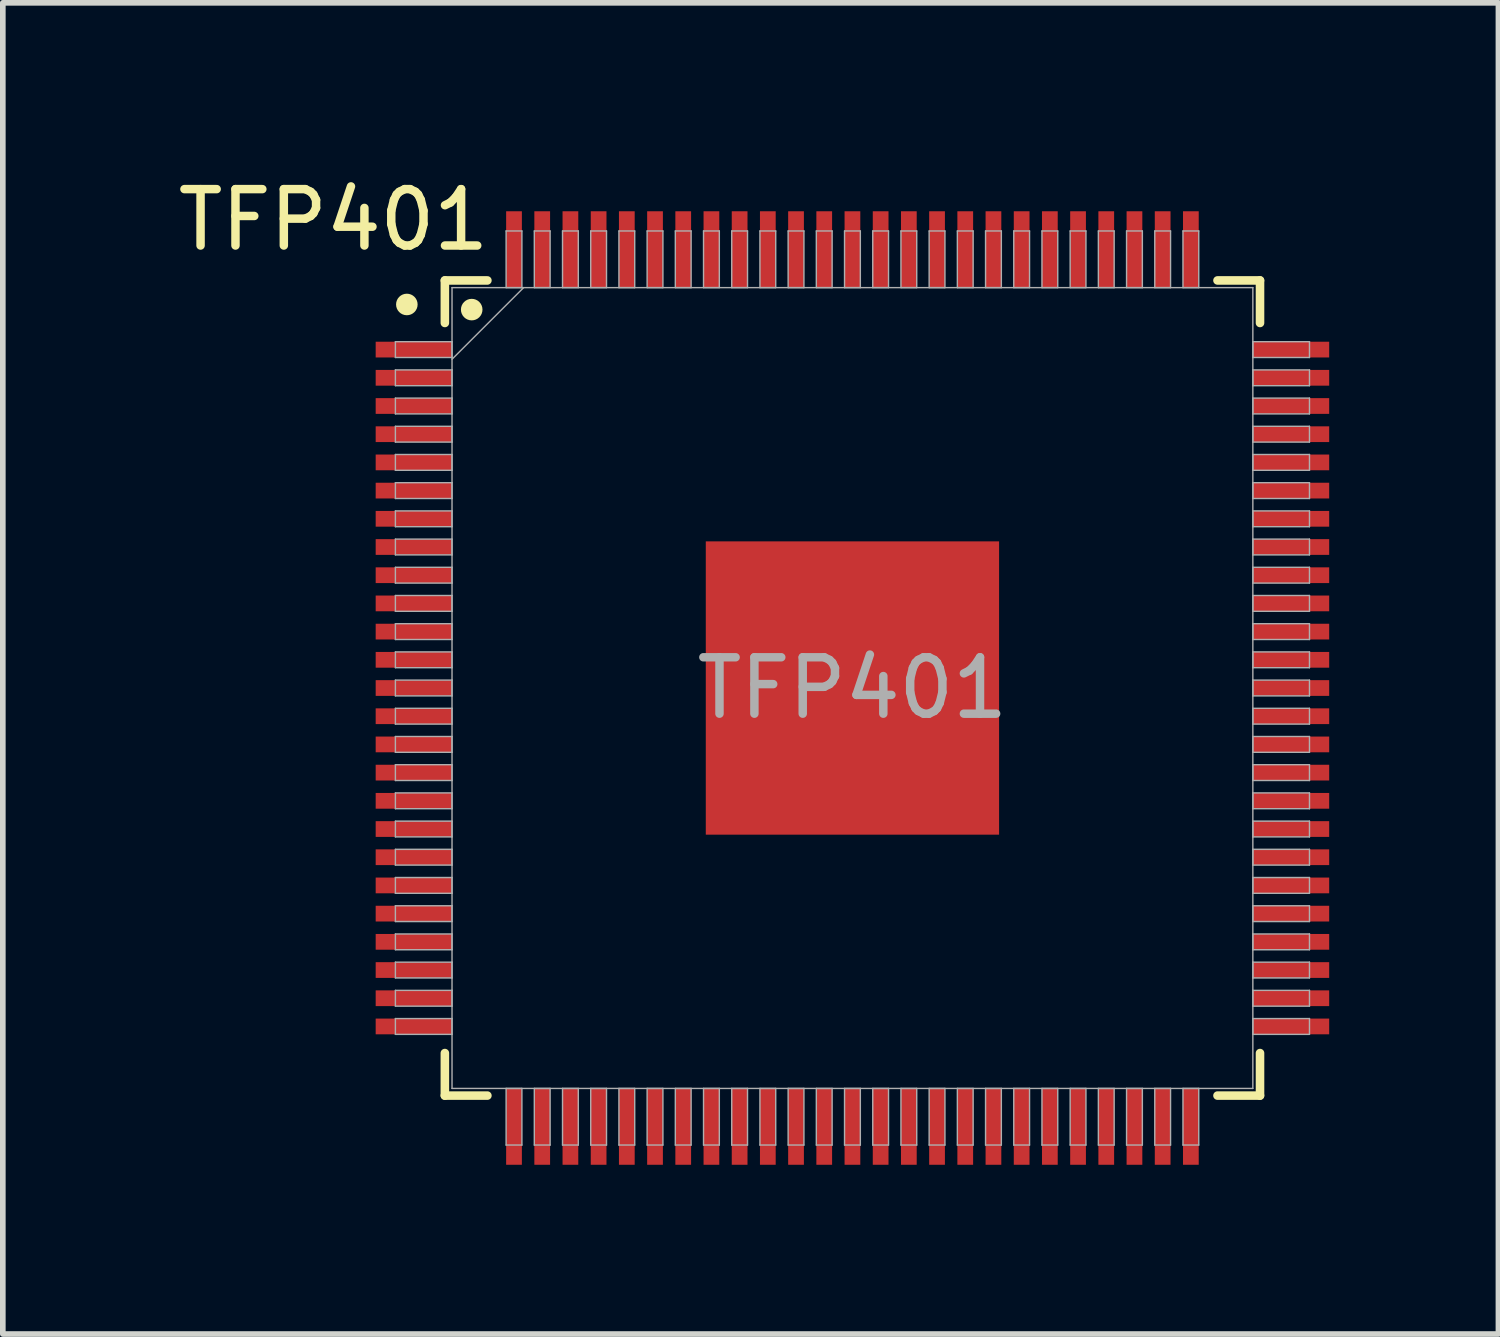
<source format=kicad_pcb>
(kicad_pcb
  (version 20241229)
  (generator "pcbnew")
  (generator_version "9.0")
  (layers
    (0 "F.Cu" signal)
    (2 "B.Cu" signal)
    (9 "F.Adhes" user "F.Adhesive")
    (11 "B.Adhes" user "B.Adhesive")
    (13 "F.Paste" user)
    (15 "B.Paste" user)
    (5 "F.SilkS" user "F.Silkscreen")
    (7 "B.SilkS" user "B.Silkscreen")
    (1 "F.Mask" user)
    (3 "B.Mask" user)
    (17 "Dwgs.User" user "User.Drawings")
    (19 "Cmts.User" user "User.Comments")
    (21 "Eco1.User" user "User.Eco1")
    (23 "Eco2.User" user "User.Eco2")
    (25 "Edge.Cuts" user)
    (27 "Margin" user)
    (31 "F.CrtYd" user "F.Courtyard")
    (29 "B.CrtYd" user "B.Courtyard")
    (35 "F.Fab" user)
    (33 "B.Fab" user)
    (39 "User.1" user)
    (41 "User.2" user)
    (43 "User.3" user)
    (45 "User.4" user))
  (footprint "TFP401"
    (layer "F.Cu")
    (at 12.063 9.148)
    (property "Reference" "TFP401" (at -9.2 -8.3 0) (unlocked yes) (layer "F.SilkS") (effects (font (size 1 1) (thickness 0.15))))
    (attr smd)
    (fp_poly (pts (xy -2.663 -2.663) (xy -2.168 -2.663) (xy -2.168 2.663) (xy -2.663 2.663)) (stroke (width 0) (type solid)) (fill yes) (layer "F.Mask"))
    (fp_poly (pts (xy -2.663 -2.663) (xy 2.663 -2.663) (xy 2.663 -2.168) (xy -2.663 -2.168)) (stroke (width 0) (type solid)) (fill yes) (layer "F.Mask"))
    (fp_poly (pts (xy -2.663 -1.768) (xy 2.663 -1.768) (xy 2.663 -1.381) (xy -2.663 -1.381)) (stroke (width 0) (type solid)) (fill yes) (layer "F.Mask"))
    (fp_poly (pts (xy -2.663 -0.981) (xy 2.663 -0.981) (xy 2.663 -0.594) (xy -2.663 -0.594)) (stroke (width 0) (type solid)) (fill yes) (layer "F.Mask"))
    (fp_poly (pts (xy -2.663 -0.194) (xy 2.663 -0.194) (xy 2.663 0.194) (xy -2.663 0.194)) (stroke (width 0) (type solid)) (fill yes) (layer "F.Mask"))
    (fp_poly (pts (xy -2.663 0.594) (xy 2.663 0.594) (xy 2.663 0.981) (xy -2.663 0.981)) (stroke (width 0) (type solid)) (fill yes) (layer "F.Mask"))
    (fp_poly (pts (xy -2.663 1.381) (xy 2.663 1.381) (xy 2.663 1.768) (xy -2.663 1.768)) (stroke (width 0) (type solid)) (fill yes) (layer "F.Mask"))
    (fp_poly (pts (xy -2.663 2.168) (xy 2.663 2.168) (xy 2.663 2.663) (xy -2.663 2.663)) (stroke (width 0) (type solid)) (fill yes) (layer "F.Mask"))
    (fp_poly (pts (xy -1.381 -2.663) (xy -1.768 -2.663) (xy -1.768 2.663) (xy -1.381 2.663)) (stroke (width 0) (type solid)) (fill yes) (layer "F.Mask"))
    (fp_poly (pts (xy -0.594 -2.663) (xy -0.981 -2.663) (xy -0.981 2.663) (xy -0.594 2.663)) (stroke (width 0) (type solid)) (fill yes) (layer "F.Mask"))
    (fp_poly (pts (xy 0.194 -2.663) (xy -0.194 -2.663) (xy -0.194 2.663) (xy 0.194 2.663)) (stroke (width 0) (type solid)) (fill yes) (layer "F.Mask"))
    (fp_poly (pts (xy 0.981 -2.663) (xy 0.594 -2.663) (xy 0.594 2.663) (xy 0.981 2.663)) (stroke (width 0) (type solid)) (fill yes) (layer "F.Mask"))
    (fp_poly (pts (xy 1.768 -2.663) (xy 1.381 -2.663) (xy 1.381 2.663) (xy 1.768 2.663)) (stroke (width 0) (type solid)) (fill yes) (layer "F.Mask"))
    (fp_poly (pts (xy 2.168 -2.663) (xy 2.663 -2.663) (xy 2.663 2.663) (xy 2.168 2.663)) (stroke (width 0) (type solid)) (fill yes) (layer "F.Mask"))
    (fp_line (start -7.226 -7.226) (end -7.226 -6.472) (stroke (width 0.152) (type solid)) (layer "F.SilkS"))
    (fp_line (start -7.226 6.472) (end -7.226 7.226) (stroke (width 0.152) (type solid)) (layer "F.SilkS"))
    (fp_line (start -7.226 7.226) (end -6.472 7.226) (stroke (width 0.152) (type solid)) (layer "F.SilkS"))
    (fp_line (start -6.472 -7.226) (end -7.226 -7.226) (stroke (width 0.152) (type solid)) (layer "F.SilkS"))
    (fp_line (start 6.472 7.226) (end 7.226 7.226) (stroke (width 0.152) (type solid)) (layer "F.SilkS"))
    (fp_line (start 7.226 -7.226) (end 6.472 -7.226) (stroke (width 0.152) (type solid)) (layer "F.SilkS"))
    (fp_line (start 7.226 -6.472) (end 7.226 -7.226) (stroke (width 0.152) (type solid)) (layer "F.SilkS"))
    (fp_line (start 7.226 7.226) (end 7.226 6.472) (stroke (width 0.152) (type solid)) (layer "F.SilkS"))
    (fp_circle (center -7.9 -6.8) (end -7.759 -6.8) (stroke (width 0.1) (type solid)) (fill yes) (layer "F.SilkS"))
    (fp_circle (center -6.75 -6.709) (end -6.609 -6.709) (stroke (width 0.1) (type solid)) (fill yes) (layer "F.SilkS"))
    (fp_poly (pts (xy -2.525 -2.525) (xy -2.525 -2.068) (xy -2.21 -2.068) (xy -2.068 -2.21) (xy -2.068 -2.525)) (stroke (width 0) (type solid)) (fill yes) (layer "F.Paste"))
    (fp_poly (pts (xy -2.525 2.068) (xy -2.525 2.525) (xy -2.068 2.525) (xy -2.068 2.21) (xy -2.21 2.068)) (stroke (width 0) (type solid)) (fill yes) (layer "F.Paste"))
    (fp_poly (pts (xy 2.068 -2.525) (xy 2.068 -2.21) (xy 2.21 -2.068) (xy 2.525 -2.068) (xy 2.525 -2.525)) (stroke (width 0) (type solid)) (fill yes) (layer "F.Paste"))
    (fp_poly (pts (xy 2.21 2.068) (xy 2.068 2.21) (xy 2.068 2.525) (xy 2.525 2.525) (xy 2.525 2.068)) (stroke (width 0) (type solid)) (fill yes) (layer "F.Paste"))
    (fp_poly (pts (xy -2.525 -1.869) (xy -2.525 -1.281) (xy -2.21 -1.281) (xy -2.068 -1.423) (xy -2.068 -1.727) (xy -2.21 -1.869)) (stroke (width 0) (type solid)) (fill yes) (layer "F.Paste"))
    (fp_poly (pts (xy -2.525 -1.081) (xy -2.525 -0.494) (xy -2.21 -0.494) (xy -2.068 -0.635) (xy -2.068 -0.94) (xy -2.21 -1.081)) (stroke (width 0) (type solid)) (fill yes) (layer "F.Paste"))
    (fp_poly (pts (xy -2.525 -0.294) (xy -2.525 0.294) (xy -2.21 0.294) (xy -2.068 0.152) (xy -2.068 -0.152) (xy -2.21 -0.294)) (stroke (width 0) (type solid)) (fill yes) (layer "F.Paste"))
    (fp_poly (pts (xy -2.525 0.494) (xy -2.525 1.081) (xy -2.21 1.081) (xy -2.068 0.94) (xy -2.068 0.635) (xy -2.21 0.494)) (stroke (width 0) (type solid)) (fill yes) (layer "F.Paste"))
    (fp_poly (pts (xy -2.525 1.281) (xy -2.525 1.869) (xy -2.21 1.869) (xy -2.068 1.727) (xy -2.068 1.423) (xy -2.21 1.281)) (stroke (width 0) (type solid)) (fill yes) (layer "F.Paste"))
    (fp_poly (pts (xy -1.869 -2.525) (xy -1.869 -2.21) (xy -1.727 -2.068) (xy -1.423 -2.068) (xy -1.281 -2.21) (xy -1.281 -2.525)) (stroke (width 0) (type solid)) (fill yes) (layer "F.Paste"))
    (fp_poly (pts (xy -1.727 2.068) (xy -1.869 2.21) (xy -1.869 2.525) (xy -1.281 2.525) (xy -1.281 2.21) (xy -1.423 2.068)) (stroke (width 0) (type solid)) (fill yes) (layer "F.Paste"))
    (fp_poly (pts (xy -1.081 -2.525) (xy -1.081 -2.21) (xy -0.94 -2.068) (xy -0.635 -2.068) (xy -0.494 -2.21) (xy -0.494 -2.525)) (stroke (width 0) (type solid)) (fill yes) (layer "F.Paste"))
    (fp_poly (pts (xy -0.94 2.068) (xy -1.081 2.21) (xy -1.081 2.525) (xy -0.494 2.525) (xy -0.494 2.21) (xy -0.635 2.068)) (stroke (width 0) (type solid)) (fill yes) (layer "F.Paste"))
    (fp_poly (pts (xy -0.294 -2.525) (xy -0.294 -2.21) (xy -0.152 -2.068) (xy 0.152 -2.068) (xy 0.294 -2.21) (xy 0.294 -2.525)) (stroke (width 0) (type solid)) (fill yes) (layer "F.Paste"))
    (fp_poly (pts (xy -0.152 2.068) (xy -0.294 2.21) (xy -0.294 2.525) (xy 0.294 2.525) (xy 0.294 2.21) (xy 0.152 2.068)) (stroke (width 0) (type solid)) (fill yes) (layer "F.Paste"))
    (fp_poly (pts (xy 0.494 -2.525) (xy 0.494 -2.21) (xy 0.635 -2.068) (xy 0.94 -2.068) (xy 1.081 -2.21) (xy 1.081 -2.525)) (stroke (width 0) (type solid)) (fill yes) (layer "F.Paste"))
    (fp_poly (pts (xy 0.635 2.068) (xy 0.494 2.21) (xy 0.494 2.525) (xy 1.081 2.525) (xy 1.081 2.21) (xy 0.94 2.068)) (stroke (width 0) (type solid)) (fill yes) (layer "F.Paste"))
    (fp_poly (pts (xy 1.281 -2.525) (xy 1.281 -2.21) (xy 1.423 -2.068) (xy 1.727 -2.068) (xy 1.869 -2.21) (xy 1.869 -2.525)) (stroke (width 0) (type solid)) (fill yes) (layer "F.Paste"))
    (fp_poly (pts (xy 1.423 2.068) (xy 1.281 2.21) (xy 1.281 2.525) (xy 1.869 2.525) (xy 1.869 2.21) (xy 1.727 2.068)) (stroke (width 0) (type solid)) (fill yes) (layer "F.Paste"))
    (fp_poly (pts (xy 2.21 -1.869) (xy 2.068 -1.727) (xy 2.068 -1.423) (xy 2.21 -1.281) (xy 2.525 -1.281) (xy 2.525 -1.869)) (stroke (width 0) (type solid)) (fill yes) (layer "F.Paste"))
    (fp_poly (pts (xy 2.21 -1.081) (xy 2.068 -0.94) (xy 2.068 -0.635) (xy 2.21 -0.494) (xy 2.525 -0.494) (xy 2.525 -1.081)) (stroke (width 0) (type solid)) (fill yes) (layer "F.Paste"))
    (fp_poly (pts (xy 2.21 -0.294) (xy 2.068 -0.152) (xy 2.068 0.152) (xy 2.21 0.294) (xy 2.525 0.294) (xy 2.525 -0.294)) (stroke (width 0) (type solid)) (fill yes) (layer "F.Paste"))
    (fp_poly (pts (xy 2.21 0.494) (xy 2.068 0.635) (xy 2.068 0.94) (xy 2.21 1.081) (xy 2.525 1.081) (xy 2.525 0.494)) (stroke (width 0) (type solid)) (fill yes) (layer "F.Paste"))
    (fp_poly (pts (xy 2.21 1.281) (xy 2.068 1.423) (xy 2.068 1.727) (xy 2.21 1.869) (xy 2.525 1.869) (xy 2.525 1.281)) (stroke (width 0) (type solid)) (fill yes) (layer "F.Paste"))
    (fp_poly (pts (xy -1.727 -1.869) (xy -1.869 -1.727) (xy -1.869 -1.423) (xy -1.727 -1.281) (xy -1.423 -1.281) (xy -1.281 -1.423) (xy -1.281 -1.727) (xy -1.423 -1.869)) (stroke (width 0) (type solid)) (fill yes) (layer "F.Paste"))
    (fp_poly (pts (xy -1.727 -1.081) (xy -1.869 -0.94) (xy -1.869 -0.635) (xy -1.727 -0.494) (xy -1.423 -0.494) (xy -1.281 -0.635) (xy -1.281 -0.94) (xy -1.423 -1.081)) (stroke (width 0) (type solid)) (fill yes) (layer "F.Paste"))
    (fp_poly (pts (xy -1.727 -0.294) (xy -1.869 -0.152) (xy -1.869 0.152) (xy -1.727 0.294) (xy -1.423 0.294) (xy -1.281 0.152) (xy -1.281 -0.152) (xy -1.423 -0.294)) (stroke (width 0) (type solid)) (fill yes) (layer "F.Paste"))
    (fp_poly (pts (xy -1.727 0.494) (xy -1.869 0.635) (xy -1.869 0.94) (xy -1.727 1.081) (xy -1.423 1.081) (xy -1.281 0.94) (xy -1.281 0.635) (xy -1.423 0.494)) (stroke (width 0) (type solid)) (fill yes) (layer "F.Paste"))
    (fp_poly (pts (xy -1.727 1.281) (xy -1.869 1.423) (xy -1.869 1.727) (xy -1.727 1.869) (xy -1.423 1.869) (xy -1.281 1.727) (xy -1.281 1.423) (xy -1.423 1.281)) (stroke (width 0) (type solid)) (fill yes) (layer "F.Paste"))
    (fp_poly (pts (xy -0.94 -1.869) (xy -1.081 -1.727) (xy -1.081 -1.423) (xy -0.94 -1.281) (xy -0.635 -1.281) (xy -0.494 -1.423) (xy -0.494 -1.727) (xy -0.635 -1.869)) (stroke (width 0) (type solid)) (fill yes) (layer "F.Paste"))
    (fp_poly (pts (xy -0.94 -1.081) (xy -1.081 -0.94) (xy -1.081 -0.635) (xy -0.94 -0.494) (xy -0.635 -0.494) (xy -0.494 -0.635) (xy -0.494 -0.94) (xy -0.635 -1.081)) (stroke (width 0) (type solid)) (fill yes) (layer "F.Paste"))
    (fp_poly (pts (xy -0.94 -0.294) (xy -1.081 -0.152) (xy -1.081 0.152) (xy -0.94 0.294) (xy -0.635 0.294) (xy -0.494 0.152) (xy -0.494 -0.152) (xy -0.635 -0.294)) (stroke (width 0) (type solid)) (fill yes) (layer "F.Paste"))
    (fp_poly (pts (xy -0.94 0.494) (xy -1.081 0.635) (xy -1.081 0.94) (xy -0.94 1.081) (xy -0.635 1.081) (xy -0.494 0.94) (xy -0.494 0.635) (xy -0.635 0.494)) (stroke (width 0) (type solid)) (fill yes) (layer "F.Paste"))
    (fp_poly (pts (xy -0.94 1.281) (xy -1.081 1.423) (xy -1.081 1.727) (xy -0.94 1.869) (xy -0.635 1.869) (xy -0.494 1.727) (xy -0.494 1.423) (xy -0.635 1.281)) (stroke (width 0) (type solid)) (fill yes) (layer "F.Paste"))
    (fp_poly (pts (xy -0.152 -1.869) (xy -0.294 -1.727) (xy -0.294 -1.423) (xy -0.152 -1.281) (xy 0.152 -1.281) (xy 0.294 -1.423) (xy 0.294 -1.727) (xy 0.152 -1.869)) (stroke (width 0) (type solid)) (fill yes) (layer "F.Paste"))
    (fp_poly (pts (xy -0.152 -1.081) (xy -0.294 -0.94) (xy -0.294 -0.635) (xy -0.152 -0.494) (xy 0.152 -0.494) (xy 0.294 -0.635) (xy 0.294 -0.94) (xy 0.152 -1.081)) (stroke (width 0) (type solid)) (fill yes) (layer "F.Paste"))
    (fp_poly (pts (xy -0.152 -0.294) (xy -0.294 -0.152) (xy -0.294 0.152) (xy -0.152 0.294) (xy 0.152 0.294) (xy 0.294 0.152) (xy 0.294 -0.152) (xy 0.152 -0.294)) (stroke (width 0) (type solid)) (fill yes) (layer "F.Paste"))
    (fp_poly (pts (xy -0.152 0.494) (xy -0.294 0.635) (xy -0.294 0.94) (xy -0.152 1.081) (xy 0.152 1.081) (xy 0.294 0.94) (xy 0.294 0.635) (xy 0.152 0.494)) (stroke (width 0) (type solid)) (fill yes) (layer "F.Paste"))
    (fp_poly (pts (xy -0.152 1.281) (xy -0.294 1.423) (xy -0.294 1.727) (xy -0.152 1.869) (xy 0.152 1.869) (xy 0.294 1.727) (xy 0.294 1.423) (xy 0.152 1.281)) (stroke (width 0) (type solid)) (fill yes) (layer "F.Paste"))
    (fp_poly (pts (xy 0.635 -1.869) (xy 0.494 -1.727) (xy 0.494 -1.423) (xy 0.635 -1.281) (xy 0.94 -1.281) (xy 1.081 -1.423) (xy 1.081 -1.727) (xy 0.94 -1.869)) (stroke (width 0) (type solid)) (fill yes) (layer "F.Paste"))
    (fp_poly (pts (xy 0.635 -1.081) (xy 0.494 -0.94) (xy 0.494 -0.635) (xy 0.635 -0.494) (xy 0.94 -0.494) (xy 1.081 -0.635) (xy 1.081 -0.94) (xy 0.94 -1.081)) (stroke (width 0) (type solid)) (fill yes) (layer "F.Paste"))
    (fp_poly (pts (xy 0.635 -0.294) (xy 0.494 -0.152) (xy 0.494 0.152) (xy 0.635 0.294) (xy 0.94 0.294) (xy 1.081 0.152) (xy 1.081 -0.152) (xy 0.94 -0.294)) (stroke (width 0) (type solid)) (fill yes) (layer "F.Paste"))
    (fp_poly (pts (xy 0.635 0.494) (xy 0.494 0.635) (xy 0.494 0.94) (xy 0.635 1.081) (xy 0.94 1.081) (xy 1.081 0.94) (xy 1.081 0.635) (xy 0.94 0.494)) (stroke (width 0) (type solid)) (fill yes) (layer "F.Paste"))
    (fp_poly (pts (xy 0.635 1.281) (xy 0.494 1.423) (xy 0.494 1.727) (xy 0.635 1.869) (xy 0.94 1.869) (xy 1.081 1.727) (xy 1.081 1.423) (xy 0.94 1.281)) (stroke (width 0) (type solid)) (fill yes) (layer "F.Paste"))
    (fp_poly (pts (xy 1.423 -1.869) (xy 1.281 -1.727) (xy 1.281 -1.423) (xy 1.423 -1.281) (xy 1.727 -1.281) (xy 1.869 -1.423) (xy 1.869 -1.727) (xy 1.727 -1.869)) (stroke (width 0) (type solid)) (fill yes) (layer "F.Paste"))
    (fp_poly (pts (xy 1.423 -1.081) (xy 1.281 -0.94) (xy 1.281 -0.635) (xy 1.423 -0.494) (xy 1.727 -0.494) (xy 1.869 -0.635) (xy 1.869 -0.94) (xy 1.727 -1.081)) (stroke (width 0) (type solid)) (fill yes) (layer "F.Paste"))
    (fp_poly (pts (xy 1.423 -0.294) (xy 1.281 -0.152) (xy 1.281 0.152) (xy 1.423 0.294) (xy 1.727 0.294) (xy 1.869 0.152) (xy 1.869 -0.152) (xy 1.727 -0.294)) (stroke (width 0) (type solid)) (fill yes) (layer "F.Paste"))
    (fp_poly (pts (xy 1.423 0.494) (xy 1.281 0.635) (xy 1.281 0.94) (xy 1.423 1.081) (xy 1.727 1.081) (xy 1.869 0.94) (xy 1.869 0.635) (xy 1.727 0.494)) (stroke (width 0) (type solid)) (fill yes) (layer "F.Paste"))
    (fp_poly (pts (xy 1.423 1.281) (xy 1.281 1.423) (xy 1.281 1.727) (xy 1.423 1.869) (xy 1.727 1.869) (xy 1.869 1.727) (xy 1.869 1.423) (xy 1.727 1.281)) (stroke (width 0) (type solid)) (fill yes) (layer "F.Paste"))
    (fp_line (start -8.103 -6.14) (end -8.103 -5.86) (stroke (width 0.025) (type solid)) (layer "F.Fab"))
    (fp_line (start -8.103 -5.86) (end -7.099 -5.86) (stroke (width 0.025) (type solid)) (layer "F.Fab"))
    (fp_line (start -8.103 -5.64) (end -8.103 -5.36) (stroke (width 0.025) (type solid)) (layer "F.Fab"))
    (fp_line (start -8.103 -5.36) (end -7.099 -5.36) (stroke (width 0.025) (type solid)) (layer "F.Fab"))
    (fp_line (start -8.103 -5.14) (end -8.103 -4.86) (stroke (width 0.025) (type solid)) (layer "F.Fab"))
    (fp_line (start -8.103 -4.86) (end -7.099 -4.86) (stroke (width 0.025) (type solid)) (layer "F.Fab"))
    (fp_line (start -8.103 -4.64) (end -8.103 -4.36) (stroke (width 0.025) (type solid)) (layer "F.Fab"))
    (fp_line (start -8.103 -4.36) (end -7.099 -4.36) (stroke (width 0.025) (type solid)) (layer "F.Fab"))
    (fp_line (start -8.103 -4.14) (end -8.103 -3.86) (stroke (width 0.025) (type solid)) (layer "F.Fab"))
    (fp_line (start -8.103 -3.86) (end -7.099 -3.86) (stroke (width 0.025) (type solid)) (layer "F.Fab"))
    (fp_line (start -8.103 -3.64) (end -8.103 -3.36) (stroke (width 0.025) (type solid)) (layer "F.Fab"))
    (fp_line (start -8.103 -3.36) (end -7.099 -3.36) (stroke (width 0.025) (type solid)) (layer "F.Fab"))
    (fp_line (start -8.103 -3.14) (end -8.103 -2.86) (stroke (width 0.025) (type solid)) (layer "F.Fab"))
    (fp_line (start -8.103 -2.86) (end -7.099 -2.86) (stroke (width 0.025) (type solid)) (layer "F.Fab"))
    (fp_line (start -8.103 -2.64) (end -8.103 -2.36) (stroke (width 0.025) (type solid)) (layer "F.Fab"))
    (fp_line (start -8.103 -2.36) (end -7.099 -2.36) (stroke (width 0.025) (type solid)) (layer "F.Fab"))
    (fp_line (start -8.103 -2.14) (end -8.103 -1.86) (stroke (width 0.025) (type solid)) (layer "F.Fab"))
    (fp_line (start -8.103 -1.86) (end -7.099 -1.86) (stroke (width 0.025) (type solid)) (layer "F.Fab"))
    (fp_line (start -8.103 -1.64) (end -8.103 -1.36) (stroke (width 0.025) (type solid)) (layer "F.Fab"))
    (fp_line (start -8.103 -1.36) (end -7.099 -1.36) (stroke (width 0.025) (type solid)) (layer "F.Fab"))
    (fp_line (start -8.103 -1.14) (end -8.103 -0.86) (stroke (width 0.025) (type solid)) (layer "F.Fab"))
    (fp_line (start -8.103 -0.86) (end -7.099 -0.86) (stroke (width 0.025) (type solid)) (layer "F.Fab"))
    (fp_line (start -8.103 -0.64) (end -8.103 -0.36) (stroke (width 0.025) (type solid)) (layer "F.Fab"))
    (fp_line (start -8.103 -0.36) (end -7.099 -0.36) (stroke (width 0.025) (type solid)) (layer "F.Fab"))
    (fp_line (start -8.103 -0.14) (end -8.103 0.14) (stroke (width 0.025) (type solid)) (layer "F.Fab"))
    (fp_line (start -8.103 0.14) (end -7.099 0.14) (stroke (width 0.025) (type solid)) (layer "F.Fab"))
    (fp_line (start -8.103 0.36) (end -8.103 0.64) (stroke (width 0.025) (type solid)) (layer "F.Fab"))
    (fp_line (start -8.103 0.64) (end -7.099 0.64) (stroke (width 0.025) (type solid)) (layer "F.Fab"))
    (fp_line (start -8.103 0.86) (end -8.103 1.14) (stroke (width 0.025) (type solid)) (layer "F.Fab"))
    (fp_line (start -8.103 1.14) (end -7.099 1.14) (stroke (width 0.025) (type solid)) (layer "F.Fab"))
    (fp_line (start -8.103 1.36) (end -8.103 1.64) (stroke (width 0.025) (type solid)) (layer "F.Fab"))
    (fp_line (start -8.103 1.64) (end -7.099 1.64) (stroke (width 0.025) (type solid)) (layer "F.Fab"))
    (fp_line (start -8.103 1.86) (end -8.103 2.14) (stroke (width 0.025) (type solid)) (layer "F.Fab"))
    (fp_line (start -8.103 2.14) (end -7.099 2.14) (stroke (width 0.025) (type solid)) (layer "F.Fab"))
    (fp_line (start -8.103 2.36) (end -8.103 2.64) (stroke (width 0.025) (type solid)) (layer "F.Fab"))
    (fp_line (start -8.103 2.64) (end -7.099 2.64) (stroke (width 0.025) (type solid)) (layer "F.Fab"))
    (fp_line (start -8.103 2.86) (end -8.103 3.14) (stroke (width 0.025) (type solid)) (layer "F.Fab"))
    (fp_line (start -8.103 3.14) (end -7.099 3.14) (stroke (width 0.025) (type solid)) (layer "F.Fab"))
    (fp_line (start -8.103 3.36) (end -8.103 3.64) (stroke (width 0.025) (type solid)) (layer "F.Fab"))
    (fp_line (start -8.103 3.64) (end -7.099 3.64) (stroke (width 0.025) (type solid)) (layer "F.Fab"))
    (fp_line (start -8.103 3.86) (end -8.103 4.14) (stroke (width 0.025) (type solid)) (layer "F.Fab"))
    (fp_line (start -8.103 4.14) (end -7.099 4.14) (stroke (width 0.025) (type solid)) (layer "F.Fab"))
    (fp_line (start -8.103 4.36) (end -8.103 4.64) (stroke (width 0.025) (type solid)) (layer "F.Fab"))
    (fp_line (start -8.103 4.64) (end -7.099 4.64) (stroke (width 0.025) (type solid)) (layer "F.Fab"))
    (fp_line (start -8.103 4.86) (end -8.103 5.14) (stroke (width 0.025) (type solid)) (layer "F.Fab"))
    (fp_line (start -8.103 5.14) (end -7.099 5.14) (stroke (width 0.025) (type solid)) (layer "F.Fab"))
    (fp_line (start -8.103 5.36) (end -8.103 5.64) (stroke (width 0.025) (type solid)) (layer "F.Fab"))
    (fp_line (start -8.103 5.64) (end -7.099 5.64) (stroke (width 0.025) (type solid)) (layer "F.Fab"))
    (fp_line (start -8.103 5.86) (end -8.103 6.14) (stroke (width 0.025) (type solid)) (layer "F.Fab"))
    (fp_line (start -8.103 6.14) (end -7.099 6.14) (stroke (width 0.025) (type solid)) (layer "F.Fab"))
    (fp_line (start -7.099 -7.099) (end -7.099 7.099) (stroke (width 0.025) (type solid)) (layer "F.Fab"))
    (fp_line (start -7.099 -6.14) (end -8.103 -6.14) (stroke (width 0.025) (type solid)) (layer "F.Fab"))
    (fp_line (start -7.099 -5.86) (end -7.099 -6.14) (stroke (width 0.025) (type solid)) (layer "F.Fab"))
    (fp_line (start -7.099 -5.829) (end -5.829 -7.099) (stroke (width 0.025) (type solid)) (layer "F.Fab"))
    (fp_line (start -7.099 -5.64) (end -8.103 -5.64) (stroke (width 0.025) (type solid)) (layer "F.Fab"))
    (fp_line (start -7.099 -5.36) (end -7.099 -5.64) (stroke (width 0.025) (type solid)) (layer "F.Fab"))
    (fp_line (start -7.099 -5.14) (end -8.103 -5.14) (stroke (width 0.025) (type solid)) (layer "F.Fab"))
    (fp_line (start -7.099 -4.86) (end -7.099 -5.14) (stroke (width 0.025) (type solid)) (layer "F.Fab"))
    (fp_line (start -7.099 -4.64) (end -8.103 -4.64) (stroke (width 0.025) (type solid)) (layer "F.Fab"))
    (fp_line (start -7.099 -4.36) (end -7.099 -4.64) (stroke (width 0.025) (type solid)) (layer "F.Fab"))
    (fp_line (start -7.099 -4.14) (end -8.103 -4.14) (stroke (width 0.025) (type solid)) (layer "F.Fab"))
    (fp_line (start -7.099 -3.86) (end -7.099 -4.14) (stroke (width 0.025) (type solid)) (layer "F.Fab"))
    (fp_line (start -7.099 -3.64) (end -8.103 -3.64) (stroke (width 0.025) (type solid)) (layer "F.Fab"))
    (fp_line (start -7.099 -3.36) (end -7.099 -3.64) (stroke (width 0.025) (type solid)) (layer "F.Fab"))
    (fp_line (start -7.099 -3.14) (end -8.103 -3.14) (stroke (width 0.025) (type solid)) (layer "F.Fab"))
    (fp_line (start -7.099 -2.86) (end -7.099 -3.14) (stroke (width 0.025) (type solid)) (layer "F.Fab"))
    (fp_line (start -7.099 -2.64) (end -8.103 -2.64) (stroke (width 0.025) (type solid)) (layer "F.Fab"))
    (fp_line (start -7.099 -2.36) (end -7.099 -2.64) (stroke (width 0.025) (type solid)) (layer "F.Fab"))
    (fp_line (start -7.099 -2.14) (end -8.103 -2.14) (stroke (width 0.025) (type solid)) (layer "F.Fab"))
    (fp_line (start -7.099 -1.86) (end -7.099 -2.14) (stroke (width 0.025) (type solid)) (layer "F.Fab"))
    (fp_line (start -7.099 -1.64) (end -8.103 -1.64) (stroke (width 0.025) (type solid)) (layer "F.Fab"))
    (fp_line (start -7.099 -1.36) (end -7.099 -1.64) (stroke (width 0.025) (type solid)) (layer "F.Fab"))
    (fp_line (start -7.099 -1.14) (end -8.103 -1.14) (stroke (width 0.025) (type solid)) (layer "F.Fab"))
    (fp_line (start -7.099 -0.86) (end -7.099 -1.14) (stroke (width 0.025) (type solid)) (layer "F.Fab"))
    (fp_line (start -7.099 -0.64) (end -8.103 -0.64) (stroke (width 0.025) (type solid)) (layer "F.Fab"))
    (fp_line (start -7.099 -0.36) (end -7.099 -0.64) (stroke (width 0.025) (type solid)) (layer "F.Fab"))
    (fp_line (start -7.099 -0.14) (end -8.103 -0.14) (stroke (width 0.025) (type solid)) (layer "F.Fab"))
    (fp_line (start -7.099 0.14) (end -7.099 -0.14) (stroke (width 0.025) (type solid)) (layer "F.Fab"))
    (fp_line (start -7.099 0.36) (end -8.103 0.36) (stroke (width 0.025) (type solid)) (layer "F.Fab"))
    (fp_line (start -7.099 0.64) (end -7.099 0.36) (stroke (width 0.025) (type solid)) (layer "F.Fab"))
    (fp_line (start -7.099 0.86) (end -8.103 0.86) (stroke (width 0.025) (type solid)) (layer "F.Fab"))
    (fp_line (start -7.099 1.14) (end -7.099 0.86) (stroke (width 0.025) (type solid)) (layer "F.Fab"))
    (fp_line (start -7.099 1.36) (end -8.103 1.36) (stroke (width 0.025) (type solid)) (layer "F.Fab"))
    (fp_line (start -7.099 1.64) (end -7.099 1.36) (stroke (width 0.025) (type solid)) (layer "F.Fab"))
    (fp_line (start -7.099 1.86) (end -8.103 1.86) (stroke (width 0.025) (type solid)) (layer "F.Fab"))
    (fp_line (start -7.099 2.14) (end -7.099 1.86) (stroke (width 0.025) (type solid)) (layer "F.Fab"))
    (fp_line (start -7.099 2.36) (end -8.103 2.36) (stroke (width 0.025) (type solid)) (layer "F.Fab"))
    (fp_line (start -7.099 2.64) (end -7.099 2.36) (stroke (width 0.025) (type solid)) (layer "F.Fab"))
    (fp_line (start -7.099 2.86) (end -8.103 2.86) (stroke (width 0.025) (type solid)) (layer "F.Fab"))
    (fp_line (start -7.099 3.14) (end -7.099 2.86) (stroke (width 0.025) (type solid)) (layer "F.Fab"))
    (fp_line (start -7.099 3.36) (end -8.103 3.36) (stroke (width 0.025) (type solid)) (layer "F.Fab"))
    (fp_line (start -7.099 3.64) (end -7.099 3.36) (stroke (width 0.025) (type solid)) (layer "F.Fab"))
    (fp_line (start -7.099 3.86) (end -8.103 3.86) (stroke (width 0.025) (type solid)) (layer "F.Fab"))
    (fp_line (start -7.099 4.14) (end -7.099 3.86) (stroke (width 0.025) (type solid)) (layer "F.Fab"))
    (fp_line (start -7.099 4.36) (end -8.103 4.36) (stroke (width 0.025) (type solid)) (layer "F.Fab"))
    (fp_line (start -7.099 4.64) (end -7.099 4.36) (stroke (width 0.025) (type solid)) (layer "F.Fab"))
    (fp_line (start -7.099 4.86) (end -8.103 4.86) (stroke (width 0.025) (type solid)) (layer "F.Fab"))
    (fp_line (start -7.099 5.14) (end -7.099 4.86) (stroke (width 0.025) (type solid)) (layer "F.Fab"))
    (fp_line (start -7.099 5.36) (end -8.103 5.36) (stroke (width 0.025) (type solid)) (layer "F.Fab"))
    (fp_line (start -7.099 5.64) (end -7.099 5.36) (stroke (width 0.025) (type solid)) (layer "F.Fab"))
    (fp_line (start -7.099 5.86) (end -8.103 5.86) (stroke (width 0.025) (type solid)) (layer "F.Fab"))
    (fp_line (start -7.099 6.14) (end -7.099 5.86) (stroke (width 0.025) (type solid)) (layer "F.Fab"))
    (fp_line (start -7.099 7.099) (end 7.099 7.099) (stroke (width 0.025) (type solid)) (layer "F.Fab"))
    (fp_line (start -6.14 -8.103) (end -6.14 -7.099) (stroke (width 0.025) (type solid)) (layer "F.Fab"))
    (fp_line (start -6.14 -7.099) (end -5.86 -7.099) (stroke (width 0.025) (type solid)) (layer "F.Fab"))
    (fp_line (start -6.14 7.099) (end -6.14 8.103) (stroke (width 0.025) (type solid)) (layer "F.Fab"))
    (fp_line (start -6.14 8.103) (end -5.86 8.103) (stroke (width 0.025) (type solid)) (layer "F.Fab"))
    (fp_line (start -5.86 -8.103) (end -6.14 -8.103) (stroke (width 0.025) (type solid)) (layer "F.Fab"))
    (fp_line (start -5.86 -7.099) (end -5.86 -8.103) (stroke (width 0.025) (type solid)) (layer "F.Fab"))
    (fp_line (start -5.86 7.099) (end -6.14 7.099) (stroke (width 0.025) (type solid)) (layer "F.Fab"))
    (fp_line (start -5.86 8.103) (end -5.86 7.099) (stroke (width 0.025) (type solid)) (layer "F.Fab"))
    (fp_line (start -5.64 -8.103) (end -5.64 -7.099) (stroke (width 0.025) (type solid)) (layer "F.Fab"))
    (fp_line (start -5.64 -7.099) (end -5.36 -7.099) (stroke (width 0.025) (type solid)) (layer "F.Fab"))
    (fp_line (start -5.64 7.099) (end -5.64 8.103) (stroke (width 0.025) (type solid)) (layer "F.Fab"))
    (fp_line (start -5.64 8.103) (end -5.36 8.103) (stroke (width 0.025) (type solid)) (layer "F.Fab"))
    (fp_line (start -5.36 -8.103) (end -5.64 -8.103) (stroke (width 0.025) (type solid)) (layer "F.Fab"))
    (fp_line (start -5.36 -7.099) (end -5.36 -8.103) (stroke (width 0.025) (type solid)) (layer "F.Fab"))
    (fp_line (start -5.36 7.099) (end -5.64 7.099) (stroke (width 0.025) (type solid)) (layer "F.Fab"))
    (fp_line (start -5.36 8.103) (end -5.36 7.099) (stroke (width 0.025) (type solid)) (layer "F.Fab"))
    (fp_line (start -5.14 -8.103) (end -5.14 -7.099) (stroke (width 0.025) (type solid)) (layer "F.Fab"))
    (fp_line (start -5.14 -7.099) (end -4.86 -7.099) (stroke (width 0.025) (type solid)) (layer "F.Fab"))
    (fp_line (start -5.14 7.099) (end -5.14 8.103) (stroke (width 0.025) (type solid)) (layer "F.Fab"))
    (fp_line (start -5.14 8.103) (end -4.86 8.103) (stroke (width 0.025) (type solid)) (layer "F.Fab"))
    (fp_line (start -4.86 -8.103) (end -5.14 -8.103) (stroke (width 0.025) (type solid)) (layer "F.Fab"))
    (fp_line (start -4.86 -7.099) (end -4.86 -8.103) (stroke (width 0.025) (type solid)) (layer "F.Fab"))
    (fp_line (start -4.86 7.099) (end -5.14 7.099) (stroke (width 0.025) (type solid)) (layer "F.Fab"))
    (fp_line (start -4.86 8.103) (end -4.86 7.099) (stroke (width 0.025) (type solid)) (layer "F.Fab"))
    (fp_line (start -4.64 -8.103) (end -4.64 -7.099) (stroke (width 0.025) (type solid)) (layer "F.Fab"))
    (fp_line (start -4.64 -7.099) (end -4.36 -7.099) (stroke (width 0.025) (type solid)) (layer "F.Fab"))
    (fp_line (start -4.64 7.099) (end -4.64 8.103) (stroke (width 0.025) (type solid)) (layer "F.Fab"))
    (fp_line (start -4.64 8.103) (end -4.36 8.103) (stroke (width 0.025) (type solid)) (layer "F.Fab"))
    (fp_line (start -4.36 -8.103) (end -4.64 -8.103) (stroke (width 0.025) (type solid)) (layer "F.Fab"))
    (fp_line (start -4.36 -7.099) (end -4.36 -8.103) (stroke (width 0.025) (type solid)) (layer "F.Fab"))
    (fp_line (start -4.36 7.099) (end -4.64 7.099) (stroke (width 0.025) (type solid)) (layer "F.Fab"))
    (fp_line (start -4.36 8.103) (end -4.36 7.099) (stroke (width 0.025) (type solid)) (layer "F.Fab"))
    (fp_line (start -4.14 -8.103) (end -4.14 -7.099) (stroke (width 0.025) (type solid)) (layer "F.Fab"))
    (fp_line (start -4.14 -7.099) (end -3.86 -7.099) (stroke (width 0.025) (type solid)) (layer "F.Fab"))
    (fp_line (start -4.14 7.099) (end -4.14 8.103) (stroke (width 0.025) (type solid)) (layer "F.Fab"))
    (fp_line (start -4.14 8.103) (end -3.86 8.103) (stroke (width 0.025) (type solid)) (layer "F.Fab"))
    (fp_line (start -3.86 -8.103) (end -4.14 -8.103) (stroke (width 0.025) (type solid)) (layer "F.Fab"))
    (fp_line (start -3.86 -7.099) (end -3.86 -8.103) (stroke (width 0.025) (type solid)) (layer "F.Fab"))
    (fp_line (start -3.86 7.099) (end -4.14 7.099) (stroke (width 0.025) (type solid)) (layer "F.Fab"))
    (fp_line (start -3.86 8.103) (end -3.86 7.099) (stroke (width 0.025) (type solid)) (layer "F.Fab"))
    (fp_line (start -3.64 -8.103) (end -3.64 -7.099) (stroke (width 0.025) (type solid)) (layer "F.Fab"))
    (fp_line (start -3.64 -7.099) (end -3.36 -7.099) (stroke (width 0.025) (type solid)) (layer "F.Fab"))
    (fp_line (start -3.64 7.099) (end -3.64 8.103) (stroke (width 0.025) (type solid)) (layer "F.Fab"))
    (fp_line (start -3.64 8.103) (end -3.36 8.103) (stroke (width 0.025) (type solid)) (layer "F.Fab"))
    (fp_line (start -3.36 -8.103) (end -3.64 -8.103) (stroke (width 0.025) (type solid)) (layer "F.Fab"))
    (fp_line (start -3.36 -7.099) (end -3.36 -8.103) (stroke (width 0.025) (type solid)) (layer "F.Fab"))
    (fp_line (start -3.36 7.099) (end -3.64 7.099) (stroke (width 0.025) (type solid)) (layer "F.Fab"))
    (fp_line (start -3.36 8.103) (end -3.36 7.099) (stroke (width 0.025) (type solid)) (layer "F.Fab"))
    (fp_line (start -3.14 -8.103) (end -3.14 -7.099) (stroke (width 0.025) (type solid)) (layer "F.Fab"))
    (fp_line (start -3.14 -7.099) (end -2.86 -7.099) (stroke (width 0.025) (type solid)) (layer "F.Fab"))
    (fp_line (start -3.14 7.099) (end -3.14 8.103) (stroke (width 0.025) (type solid)) (layer "F.Fab"))
    (fp_line (start -3.14 8.103) (end -2.86 8.103) (stroke (width 0.025) (type solid)) (layer "F.Fab"))
    (fp_line (start -2.86 -8.103) (end -3.14 -8.103) (stroke (width 0.025) (type solid)) (layer "F.Fab"))
    (fp_line (start -2.86 -7.099) (end -2.86 -8.103) (stroke (width 0.025) (type solid)) (layer "F.Fab"))
    (fp_line (start -2.86 7.099) (end -3.14 7.099) (stroke (width 0.025) (type solid)) (layer "F.Fab"))
    (fp_line (start -2.86 8.103) (end -2.86 7.099) (stroke (width 0.025) (type solid)) (layer "F.Fab"))
    (fp_line (start -2.64 -8.103) (end -2.64 -7.099) (stroke (width 0.025) (type solid)) (layer "F.Fab"))
    (fp_line (start -2.64 -7.099) (end -2.36 -7.099) (stroke (width 0.025) (type solid)) (layer "F.Fab"))
    (fp_line (start -2.64 7.099) (end -2.64 8.103) (stroke (width 0.025) (type solid)) (layer "F.Fab"))
    (fp_line (start -2.64 8.103) (end -2.36 8.103) (stroke (width 0.025) (type solid)) (layer "F.Fab"))
    (fp_line (start -2.36 -8.103) (end -2.64 -8.103) (stroke (width 0.025) (type solid)) (layer "F.Fab"))
    (fp_line (start -2.36 -7.099) (end -2.36 -8.103) (stroke (width 0.025) (type solid)) (layer "F.Fab"))
    (fp_line (start -2.36 7.099) (end -2.64 7.099) (stroke (width 0.025) (type solid)) (layer "F.Fab"))
    (fp_line (start -2.36 8.103) (end -2.36 7.099) (stroke (width 0.025) (type solid)) (layer "F.Fab"))
    (fp_line (start -2.14 -8.103) (end -2.14 -7.099) (stroke (width 0.025) (type solid)) (layer "F.Fab"))
    (fp_line (start -2.14 -7.099) (end -1.86 -7.099) (stroke (width 0.025) (type solid)) (layer "F.Fab"))
    (fp_line (start -2.14 7.099) (end -2.14 8.103) (stroke (width 0.025) (type solid)) (layer "F.Fab"))
    (fp_line (start -2.14 8.103) (end -1.86 8.103) (stroke (width 0.025) (type solid)) (layer "F.Fab"))
    (fp_line (start -1.86 -8.103) (end -2.14 -8.103) (stroke (width 0.025) (type solid)) (layer "F.Fab"))
    (fp_line (start -1.86 -7.099) (end -1.86 -8.103) (stroke (width 0.025) (type solid)) (layer "F.Fab"))
    (fp_line (start -1.86 7.099) (end -2.14 7.099) (stroke (width 0.025) (type solid)) (layer "F.Fab"))
    (fp_line (start -1.86 8.103) (end -1.86 7.099) (stroke (width 0.025) (type solid)) (layer "F.Fab"))
    (fp_line (start -1.64 -8.103) (end -1.64 -7.099) (stroke (width 0.025) (type solid)) (layer "F.Fab"))
    (fp_line (start -1.64 -7.099) (end -1.36 -7.099) (stroke (width 0.025) (type solid)) (layer "F.Fab"))
    (fp_line (start -1.64 7.099) (end -1.64 8.103) (stroke (width 0.025) (type solid)) (layer "F.Fab"))
    (fp_line (start -1.64 8.103) (end -1.36 8.103) (stroke (width 0.025) (type solid)) (layer "F.Fab"))
    (fp_line (start -1.36 -8.103) (end -1.64 -8.103) (stroke (width 0.025) (type solid)) (layer "F.Fab"))
    (fp_line (start -1.36 -7.099) (end -1.36 -8.103) (stroke (width 0.025) (type solid)) (layer "F.Fab"))
    (fp_line (start -1.36 7.099) (end -1.64 7.099) (stroke (width 0.025) (type solid)) (layer "F.Fab"))
    (fp_line (start -1.36 8.103) (end -1.36 7.099) (stroke (width 0.025) (type solid)) (layer "F.Fab"))
    (fp_line (start -1.14 -8.103) (end -1.14 -7.099) (stroke (width 0.025) (type solid)) (layer "F.Fab"))
    (fp_line (start -1.14 -7.099) (end -0.86 -7.099) (stroke (width 0.025) (type solid)) (layer "F.Fab"))
    (fp_line (start -1.14 7.099) (end -1.14 8.103) (stroke (width 0.025) (type solid)) (layer "F.Fab"))
    (fp_line (start -1.14 8.103) (end -0.86 8.103) (stroke (width 0.025) (type solid)) (layer "F.Fab"))
    (fp_line (start -0.86 -8.103) (end -1.14 -8.103) (stroke (width 0.025) (type solid)) (layer "F.Fab"))
    (fp_line (start -0.86 -7.099) (end -0.86 -8.103) (stroke (width 0.025) (type solid)) (layer "F.Fab"))
    (fp_line (start -0.86 7.099) (end -1.14 7.099) (stroke (width 0.025) (type solid)) (layer "F.Fab"))
    (fp_line (start -0.86 8.103) (end -0.86 7.099) (stroke (width 0.025) (type solid)) (layer "F.Fab"))
    (fp_line (start -0.64 -8.103) (end -0.64 -7.099) (stroke (width 0.025) (type solid)) (layer "F.Fab"))
    (fp_line (start -0.64 -7.099) (end -0.36 -7.099) (stroke (width 0.025) (type solid)) (layer "F.Fab"))
    (fp_line (start -0.64 7.099) (end -0.64 8.103) (stroke (width 0.025) (type solid)) (layer "F.Fab"))
    (fp_line (start -0.64 8.103) (end -0.36 8.103) (stroke (width 0.025) (type solid)) (layer "F.Fab"))
    (fp_line (start -0.36 -8.103) (end -0.64 -8.103) (stroke (width 0.025) (type solid)) (layer "F.Fab"))
    (fp_line (start -0.36 -7.099) (end -0.36 -8.103) (stroke (width 0.025) (type solid)) (layer "F.Fab"))
    (fp_line (start -0.36 7.099) (end -0.64 7.099) (stroke (width 0.025) (type solid)) (layer "F.Fab"))
    (fp_line (start -0.36 8.103) (end -0.36 7.099) (stroke (width 0.025) (type solid)) (layer "F.Fab"))
    (fp_line (start -0.14 -8.103) (end -0.14 -7.099) (stroke (width 0.025) (type solid)) (layer "F.Fab"))
    (fp_line (start -0.14 -7.099) (end 0.14 -7.099) (stroke (width 0.025) (type solid)) (layer "F.Fab"))
    (fp_line (start -0.14 7.099) (end -0.14 8.103) (stroke (width 0.025) (type solid)) (layer "F.Fab"))
    (fp_line (start -0.14 8.103) (end 0.14 8.103) (stroke (width 0.025) (type solid)) (layer "F.Fab"))
    (fp_line (start 0.14 -8.103) (end -0.14 -8.103) (stroke (width 0.025) (type solid)) (layer "F.Fab"))
    (fp_line (start 0.14 -7.099) (end 0.14 -8.103) (stroke (width 0.025) (type solid)) (layer "F.Fab"))
    (fp_line (start 0.14 7.099) (end -0.14 7.099) (stroke (width 0.025) (type solid)) (layer "F.Fab"))
    (fp_line (start 0.14 8.103) (end 0.14 7.099) (stroke (width 0.025) (type solid)) (layer "F.Fab"))
    (fp_line (start 0.36 -8.103) (end 0.36 -7.099) (stroke (width 0.025) (type solid)) (layer "F.Fab"))
    (fp_line (start 0.36 -7.099) (end 0.64 -7.099) (stroke (width 0.025) (type solid)) (layer "F.Fab"))
    (fp_line (start 0.36 7.099) (end 0.36 8.103) (stroke (width 0.025) (type solid)) (layer "F.Fab"))
    (fp_line (start 0.36 8.103) (end 0.64 8.103) (stroke (width 0.025) (type solid)) (layer "F.Fab"))
    (fp_line (start 0.64 -8.103) (end 0.36 -8.103) (stroke (width 0.025) (type solid)) (layer "F.Fab"))
    (fp_line (start 0.64 -7.099) (end 0.64 -8.103) (stroke (width 0.025) (type solid)) (layer "F.Fab"))
    (fp_line (start 0.64 7.099) (end 0.36 7.099) (stroke (width 0.025) (type solid)) (layer "F.Fab"))
    (fp_line (start 0.64 8.103) (end 0.64 7.099) (stroke (width 0.025) (type solid)) (layer "F.Fab"))
    (fp_line (start 0.86 -8.103) (end 0.86 -7.099) (stroke (width 0.025) (type solid)) (layer "F.Fab"))
    (fp_line (start 0.86 -7.099) (end 1.14 -7.099) (stroke (width 0.025) (type solid)) (layer "F.Fab"))
    (fp_line (start 0.86 7.099) (end 0.86 8.103) (stroke (width 0.025) (type solid)) (layer "F.Fab"))
    (fp_line (start 0.86 8.103) (end 1.14 8.103) (stroke (width 0.025) (type solid)) (layer "F.Fab"))
    (fp_line (start 1.14 -8.103) (end 0.86 -8.103) (stroke (width 0.025) (type solid)) (layer "F.Fab"))
    (fp_line (start 1.14 -7.099) (end 1.14 -8.103) (stroke (width 0.025) (type solid)) (layer "F.Fab"))
    (fp_line (start 1.14 7.099) (end 0.86 7.099) (stroke (width 0.025) (type solid)) (layer "F.Fab"))
    (fp_line (start 1.14 8.103) (end 1.14 7.099) (stroke (width 0.025) (type solid)) (layer "F.Fab"))
    (fp_line (start 1.36 -8.103) (end 1.36 -7.099) (stroke (width 0.025) (type solid)) (layer "F.Fab"))
    (fp_line (start 1.36 -7.099) (end 1.64 -7.099) (stroke (width 0.025) (type solid)) (layer "F.Fab"))
    (fp_line (start 1.36 7.099) (end 1.36 8.103) (stroke (width 0.025) (type solid)) (layer "F.Fab"))
    (fp_line (start 1.36 8.103) (end 1.64 8.103) (stroke (width 0.025) (type solid)) (layer "F.Fab"))
    (fp_line (start 1.64 -8.103) (end 1.36 -8.103) (stroke (width 0.025) (type solid)) (layer "F.Fab"))
    (fp_line (start 1.64 -7.099) (end 1.64 -8.103) (stroke (width 0.025) (type solid)) (layer "F.Fab"))
    (fp_line (start 1.64 7.099) (end 1.36 7.099) (stroke (width 0.025) (type solid)) (layer "F.Fab"))
    (fp_line (start 1.64 8.103) (end 1.64 7.099) (stroke (width 0.025) (type solid)) (layer "F.Fab"))
    (fp_line (start 1.86 -8.103) (end 1.86 -7.099) (stroke (width 0.025) (type solid)) (layer "F.Fab"))
    (fp_line (start 1.86 -7.099) (end 2.14 -7.099) (stroke (width 0.025) (type solid)) (layer "F.Fab"))
    (fp_line (start 1.86 7.099) (end 1.86 8.103) (stroke (width 0.025) (type solid)) (layer "F.Fab"))
    (fp_line (start 1.86 8.103) (end 2.14 8.103) (stroke (width 0.025) (type solid)) (layer "F.Fab"))
    (fp_line (start 2.14 -8.103) (end 1.86 -8.103) (stroke (width 0.025) (type solid)) (layer "F.Fab"))
    (fp_line (start 2.14 -7.099) (end 2.14 -8.103) (stroke (width 0.025) (type solid)) (layer "F.Fab"))
    (fp_line (start 2.14 7.099) (end 1.86 7.099) (stroke (width 0.025) (type solid)) (layer "F.Fab"))
    (fp_line (start 2.14 8.103) (end 2.14 7.099) (stroke (width 0.025) (type solid)) (layer "F.Fab"))
    (fp_line (start 2.36 -8.103) (end 2.36 -7.099) (stroke (width 0.025) (type solid)) (layer "F.Fab"))
    (fp_line (start 2.36 -7.099) (end 2.64 -7.099) (stroke (width 0.025) (type solid)) (layer "F.Fab"))
    (fp_line (start 2.36 7.099) (end 2.36 8.103) (stroke (width 0.025) (type solid)) (layer "F.Fab"))
    (fp_line (start 2.36 8.103) (end 2.64 8.103) (stroke (width 0.025) (type solid)) (layer "F.Fab"))
    (fp_line (start 2.64 -8.103) (end 2.36 -8.103) (stroke (width 0.025) (type solid)) (layer "F.Fab"))
    (fp_line (start 2.64 -7.099) (end 2.64 -8.103) (stroke (width 0.025) (type solid)) (layer "F.Fab"))
    (fp_line (start 2.64 7.099) (end 2.36 7.099) (stroke (width 0.025) (type solid)) (layer "F.Fab"))
    (fp_line (start 2.64 8.103) (end 2.64 7.099) (stroke (width 0.025) (type solid)) (layer "F.Fab"))
    (fp_line (start 2.86 -8.103) (end 2.86 -7.099) (stroke (width 0.025) (type solid)) (layer "F.Fab"))
    (fp_line (start 2.86 -7.099) (end 3.14 -7.099) (stroke (width 0.025) (type solid)) (layer "F.Fab"))
    (fp_line (start 2.86 7.099) (end 2.86 8.103) (stroke (width 0.025) (type solid)) (layer "F.Fab"))
    (fp_line (start 2.86 8.103) (end 3.14 8.103) (stroke (width 0.025) (type solid)) (layer "F.Fab"))
    (fp_line (start 3.14 -8.103) (end 2.86 -8.103) (stroke (width 0.025) (type solid)) (layer "F.Fab"))
    (fp_line (start 3.14 -7.099) (end 3.14 -8.103) (stroke (width 0.025) (type solid)) (layer "F.Fab"))
    (fp_line (start 3.14 7.099) (end 2.86 7.099) (stroke (width 0.025) (type solid)) (layer "F.Fab"))
    (fp_line (start 3.14 8.103) (end 3.14 7.099) (stroke (width 0.025) (type solid)) (layer "F.Fab"))
    (fp_line (start 3.36 -8.103) (end 3.36 -7.099) (stroke (width 0.025) (type solid)) (layer "F.Fab"))
    (fp_line (start 3.36 -7.099) (end 3.64 -7.099) (stroke (width 0.025) (type solid)) (layer "F.Fab"))
    (fp_line (start 3.36 7.099) (end 3.36 8.103) (stroke (width 0.025) (type solid)) (layer "F.Fab"))
    (fp_line (start 3.36 8.103) (end 3.64 8.103) (stroke (width 0.025) (type solid)) (layer "F.Fab"))
    (fp_line (start 3.64 -8.103) (end 3.36 -8.103) (stroke (width 0.025) (type solid)) (layer "F.Fab"))
    (fp_line (start 3.64 -7.099) (end 3.64 -8.103) (stroke (width 0.025) (type solid)) (layer "F.Fab"))
    (fp_line (start 3.64 7.099) (end 3.36 7.099) (stroke (width 0.025) (type solid)) (layer "F.Fab"))
    (fp_line (start 3.64 8.103) (end 3.64 7.099) (stroke (width 0.025) (type solid)) (layer "F.Fab"))
    (fp_line (start 3.86 -8.103) (end 3.86 -7.099) (stroke (width 0.025) (type solid)) (layer "F.Fab"))
    (fp_line (start 3.86 -7.099) (end 4.14 -7.099) (stroke (width 0.025) (type solid)) (layer "F.Fab"))
    (fp_line (start 3.86 7.099) (end 3.86 8.103) (stroke (width 0.025) (type solid)) (layer "F.Fab"))
    (fp_line (start 3.86 8.103) (end 4.14 8.103) (stroke (width 0.025) (type solid)) (layer "F.Fab"))
    (fp_line (start 4.14 -8.103) (end 3.86 -8.103) (stroke (width 0.025) (type solid)) (layer "F.Fab"))
    (fp_line (start 4.14 -7.099) (end 4.14 -8.103) (stroke (width 0.025) (type solid)) (layer "F.Fab"))
    (fp_line (start 4.14 7.099) (end 3.86 7.099) (stroke (width 0.025) (type solid)) (layer "F.Fab"))
    (fp_line (start 4.14 8.103) (end 4.14 7.099) (stroke (width 0.025) (type solid)) (layer "F.Fab"))
    (fp_line (start 4.36 -8.103) (end 4.36 -7.099) (stroke (width 0.025) (type solid)) (layer "F.Fab"))
    (fp_line (start 4.36 -7.099) (end 4.64 -7.099) (stroke (width 0.025) (type solid)) (layer "F.Fab"))
    (fp_line (start 4.36 7.099) (end 4.36 8.103) (stroke (width 0.025) (type solid)) (layer "F.Fab"))
    (fp_line (start 4.36 8.103) (end 4.64 8.103) (stroke (width 0.025) (type solid)) (layer "F.Fab"))
    (fp_line (start 4.64 -8.103) (end 4.36 -8.103) (stroke (width 0.025) (type solid)) (layer "F.Fab"))
    (fp_line (start 4.64 -7.099) (end 4.64 -8.103) (stroke (width 0.025) (type solid)) (layer "F.Fab"))
    (fp_line (start 4.64 7.099) (end 4.36 7.099) (stroke (width 0.025) (type solid)) (layer "F.Fab"))
    (fp_line (start 4.64 8.103) (end 4.64 7.099) (stroke (width 0.025) (type solid)) (layer "F.Fab"))
    (fp_line (start 4.86 -8.103) (end 4.86 -7.099) (stroke (width 0.025) (type solid)) (layer "F.Fab"))
    (fp_line (start 4.86 -7.099) (end 5.14 -7.099) (stroke (width 0.025) (type solid)) (layer "F.Fab"))
    (fp_line (start 4.86 7.099) (end 4.86 8.103) (stroke (width 0.025) (type solid)) (layer "F.Fab"))
    (fp_line (start 4.86 8.103) (end 5.14 8.103) (stroke (width 0.025) (type solid)) (layer "F.Fab"))
    (fp_line (start 5.14 -8.103) (end 4.86 -8.103) (stroke (width 0.025) (type solid)) (layer "F.Fab"))
    (fp_line (start 5.14 -7.099) (end 5.14 -8.103) (stroke (width 0.025) (type solid)) (layer "F.Fab"))
    (fp_line (start 5.14 7.099) (end 4.86 7.099) (stroke (width 0.025) (type solid)) (layer "F.Fab"))
    (fp_line (start 5.14 8.103) (end 5.14 7.099) (stroke (width 0.025) (type solid)) (layer "F.Fab"))
    (fp_line (start 5.36 -8.103) (end 5.36 -7.099) (stroke (width 0.025) (type solid)) (layer "F.Fab"))
    (fp_line (start 5.36 -7.099) (end 5.64 -7.099) (stroke (width 0.025) (type solid)) (layer "F.Fab"))
    (fp_line (start 5.36 7.099) (end 5.36 8.103) (stroke (width 0.025) (type solid)) (layer "F.Fab"))
    (fp_line (start 5.36 8.103) (end 5.64 8.103) (stroke (width 0.025) (type solid)) (layer "F.Fab"))
    (fp_line (start 5.64 -8.103) (end 5.36 -8.103) (stroke (width 0.025) (type solid)) (layer "F.Fab"))
    (fp_line (start 5.64 -7.099) (end 5.64 -8.103) (stroke (width 0.025) (type solid)) (layer "F.Fab"))
    (fp_line (start 5.64 7.099) (end 5.36 7.099) (stroke (width 0.025) (type solid)) (layer "F.Fab"))
    (fp_line (start 5.64 8.103) (end 5.64 7.099) (stroke (width 0.025) (type solid)) (layer "F.Fab"))
    (fp_line (start 5.86 -8.103) (end 5.86 -7.099) (stroke (width 0.025) (type solid)) (layer "F.Fab"))
    (fp_line (start 5.86 -7.099) (end 6.14 -7.099) (stroke (width 0.025) (type solid)) (layer "F.Fab"))
    (fp_line (start 5.86 7.099) (end 5.86 8.103) (stroke (width 0.025) (type solid)) (layer "F.Fab"))
    (fp_line (start 5.86 8.103) (end 6.14 8.103) (stroke (width 0.025) (type solid)) (layer "F.Fab"))
    (fp_line (start 6.14 -8.103) (end 5.86 -8.103) (stroke (width 0.025) (type solid)) (layer "F.Fab"))
    (fp_line (start 6.14 -7.099) (end 6.14 -8.103) (stroke (width 0.025) (type solid)) (layer "F.Fab"))
    (fp_line (start 6.14 7.099) (end 5.86 7.099) (stroke (width 0.025) (type solid)) (layer "F.Fab"))
    (fp_line (start 6.14 8.103) (end 6.14 7.099) (stroke (width 0.025) (type solid)) (layer "F.Fab"))
    (fp_line (start 7.099 -7.099) (end -7.099 -7.099) (stroke (width 0.025) (type solid)) (layer "F.Fab"))
    (fp_line (start 7.099 -6.14) (end 7.099 -5.86) (stroke (width 0.025) (type solid)) (layer "F.Fab"))
    (fp_line (start 7.099 -5.86) (end 8.103 -5.86) (stroke (width 0.025) (type solid)) (layer "F.Fab"))
    (fp_line (start 7.099 -5.64) (end 7.099 -5.36) (stroke (width 0.025) (type solid)) (layer "F.Fab"))
    (fp_line (start 7.099 -5.36) (end 8.103 -5.36) (stroke (width 0.025) (type solid)) (layer "F.Fab"))
    (fp_line (start 7.099 -5.14) (end 7.099 -4.86) (stroke (width 0.025) (type solid)) (layer "F.Fab"))
    (fp_line (start 7.099 -4.86) (end 8.103 -4.86) (stroke (width 0.025) (type solid)) (layer "F.Fab"))
    (fp_line (start 7.099 -4.64) (end 7.099 -4.36) (stroke (width 0.025) (type solid)) (layer "F.Fab"))
    (fp_line (start 7.099 -4.36) (end 8.103 -4.36) (stroke (width 0.025) (type solid)) (layer "F.Fab"))
    (fp_line (start 7.099 -4.14) (end 7.099 -3.86) (stroke (width 0.025) (type solid)) (layer "F.Fab"))
    (fp_line (start 7.099 -3.86) (end 8.103 -3.86) (stroke (width 0.025) (type solid)) (layer "F.Fab"))
    (fp_line (start 7.099 -3.64) (end 7.099 -3.36) (stroke (width 0.025) (type solid)) (layer "F.Fab"))
    (fp_line (start 7.099 -3.36) (end 8.103 -3.36) (stroke (width 0.025) (type solid)) (layer "F.Fab"))
    (fp_line (start 7.099 -3.14) (end 7.099 -2.86) (stroke (width 0.025) (type solid)) (layer "F.Fab"))
    (fp_line (start 7.099 -2.86) (end 8.103 -2.86) (stroke (width 0.025) (type solid)) (layer "F.Fab"))
    (fp_line (start 7.099 -2.64) (end 7.099 -2.36) (stroke (width 0.025) (type solid)) (layer "F.Fab"))
    (fp_line (start 7.099 -2.36) (end 8.103 -2.36) (stroke (width 0.025) (type solid)) (layer "F.Fab"))
    (fp_line (start 7.099 -2.14) (end 7.099 -1.86) (stroke (width 0.025) (type solid)) (layer "F.Fab"))
    (fp_line (start 7.099 -1.86) (end 8.103 -1.86) (stroke (width 0.025) (type solid)) (layer "F.Fab"))
    (fp_line (start 7.099 -1.64) (end 7.099 -1.36) (stroke (width 0.025) (type solid)) (layer "F.Fab"))
    (fp_line (start 7.099 -1.36) (end 8.103 -1.36) (stroke (width 0.025) (type solid)) (layer "F.Fab"))
    (fp_line (start 7.099 -1.14) (end 7.099 -0.86) (stroke (width 0.025) (type solid)) (layer "F.Fab"))
    (fp_line (start 7.099 -0.86) (end 8.103 -0.86) (stroke (width 0.025) (type solid)) (layer "F.Fab"))
    (fp_line (start 7.099 -0.64) (end 7.099 -0.36) (stroke (width 0.025) (type solid)) (layer "F.Fab"))
    (fp_line (start 7.099 -0.36) (end 8.103 -0.36) (stroke (width 0.025) (type solid)) (layer "F.Fab"))
    (fp_line (start 7.099 -0.14) (end 7.099 0.14) (stroke (width 0.025) (type solid)) (layer "F.Fab"))
    (fp_line (start 7.099 0.14) (end 8.103 0.14) (stroke (width 0.025) (type solid)) (layer "F.Fab"))
    (fp_line (start 7.099 0.36) (end 7.099 0.64) (stroke (width 0.025) (type solid)) (layer "F.Fab"))
    (fp_line (start 7.099 0.64) (end 8.103 0.64) (stroke (width 0.025) (type solid)) (layer "F.Fab"))
    (fp_line (start 7.099 0.86) (end 7.099 1.14) (stroke (width 0.025) (type solid)) (layer "F.Fab"))
    (fp_line (start 7.099 1.14) (end 8.103 1.14) (stroke (width 0.025) (type solid)) (layer "F.Fab"))
    (fp_line (start 7.099 1.36) (end 7.099 1.64) (stroke (width 0.025) (type solid)) (layer "F.Fab"))
    (fp_line (start 7.099 1.64) (end 8.103 1.64) (stroke (width 0.025) (type solid)) (layer "F.Fab"))
    (fp_line (start 7.099 1.86) (end 7.099 2.14) (stroke (width 0.025) (type solid)) (layer "F.Fab"))
    (fp_line (start 7.099 2.14) (end 8.103 2.14) (stroke (width 0.025) (type solid)) (layer "F.Fab"))
    (fp_line (start 7.099 2.36) (end 7.099 2.64) (stroke (width 0.025) (type solid)) (layer "F.Fab"))
    (fp_line (start 7.099 2.64) (end 8.103 2.64) (stroke (width 0.025) (type solid)) (layer "F.Fab"))
    (fp_line (start 7.099 2.86) (end 7.099 3.14) (stroke (width 0.025) (type solid)) (layer "F.Fab"))
    (fp_line (start 7.099 3.14) (end 8.103 3.14) (stroke (width 0.025) (type solid)) (layer "F.Fab"))
    (fp_line (start 7.099 3.36) (end 7.099 3.64) (stroke (width 0.025) (type solid)) (layer "F.Fab"))
    (fp_line (start 7.099 3.64) (end 8.103 3.64) (stroke (width 0.025) (type solid)) (layer "F.Fab"))
    (fp_line (start 7.099 3.86) (end 7.099 4.14) (stroke (width 0.025) (type solid)) (layer "F.Fab"))
    (fp_line (start 7.099 4.14) (end 8.103 4.14) (stroke (width 0.025) (type solid)) (layer "F.Fab"))
    (fp_line (start 7.099 4.36) (end 7.099 4.64) (stroke (width 0.025) (type solid)) (layer "F.Fab"))
    (fp_line (start 7.099 4.64) (end 8.103 4.64) (stroke (width 0.025) (type solid)) (layer "F.Fab"))
    (fp_line (start 7.099 4.86) (end 7.099 5.14) (stroke (width 0.025) (type solid)) (layer "F.Fab"))
    (fp_line (start 7.099 5.14) (end 8.103 5.14) (stroke (width 0.025) (type solid)) (layer "F.Fab"))
    (fp_line (start 7.099 5.36) (end 7.099 5.64) (stroke (width 0.025) (type solid)) (layer "F.Fab"))
    (fp_line (start 7.099 5.64) (end 8.103 5.64) (stroke (width 0.025) (type solid)) (layer "F.Fab"))
    (fp_line (start 7.099 5.86) (end 7.099 6.14) (stroke (width 0.025) (type solid)) (layer "F.Fab"))
    (fp_line (start 7.099 6.14) (end 8.103 6.14) (stroke (width 0.025) (type solid)) (layer "F.Fab"))
    (fp_line (start 7.099 7.099) (end 7.099 -7.099) (stroke (width 0.025) (type solid)) (layer "F.Fab"))
    (fp_line (start 8.103 -6.14) (end 7.099 -6.14) (stroke (width 0.025) (type solid)) (layer "F.Fab"))
    (fp_line (start 8.103 -5.86) (end 8.103 -6.14) (stroke (width 0.025) (type solid)) (layer "F.Fab"))
    (fp_line (start 8.103 -5.64) (end 7.099 -5.64) (stroke (width 0.025) (type solid)) (layer "F.Fab"))
    (fp_line (start 8.103 -5.36) (end 8.103 -5.64) (stroke (width 0.025) (type solid)) (layer "F.Fab"))
    (fp_line (start 8.103 -5.14) (end 7.099 -5.14) (stroke (width 0.025) (type solid)) (layer "F.Fab"))
    (fp_line (start 8.103 -4.86) (end 8.103 -5.14) (stroke (width 0.025) (type solid)) (layer "F.Fab"))
    (fp_line (start 8.103 -4.64) (end 7.099 -4.64) (stroke (width 0.025) (type solid)) (layer "F.Fab"))
    (fp_line (start 8.103 -4.36) (end 8.103 -4.64) (stroke (width 0.025) (type solid)) (layer "F.Fab"))
    (fp_line (start 8.103 -4.14) (end 7.099 -4.14) (stroke (width 0.025) (type solid)) (layer "F.Fab"))
    (fp_line (start 8.103 -3.86) (end 8.103 -4.14) (stroke (width 0.025) (type solid)) (layer "F.Fab"))
    (fp_line (start 8.103 -3.64) (end 7.099 -3.64) (stroke (width 0.025) (type solid)) (layer "F.Fab"))
    (fp_line (start 8.103 -3.36) (end 8.103 -3.64) (stroke (width 0.025) (type solid)) (layer "F.Fab"))
    (fp_line (start 8.103 -3.14) (end 7.099 -3.14) (stroke (width 0.025) (type solid)) (layer "F.Fab"))
    (fp_line (start 8.103 -2.86) (end 8.103 -3.14) (stroke (width 0.025) (type solid)) (layer "F.Fab"))
    (fp_line (start 8.103 -2.64) (end 7.099 -2.64) (stroke (width 0.025) (type solid)) (layer "F.Fab"))
    (fp_line (start 8.103 -2.36) (end 8.103 -2.64) (stroke (width 0.025) (type solid)) (layer "F.Fab"))
    (fp_line (start 8.103 -2.14) (end 7.099 -2.14) (stroke (width 0.025) (type solid)) (layer "F.Fab"))
    (fp_line (start 8.103 -1.86) (end 8.103 -2.14) (stroke (width 0.025) (type solid)) (layer "F.Fab"))
    (fp_line (start 8.103 -1.64) (end 7.099 -1.64) (stroke (width 0.025) (type solid)) (layer "F.Fab"))
    (fp_line (start 8.103 -1.36) (end 8.103 -1.64) (stroke (width 0.025) (type solid)) (layer "F.Fab"))
    (fp_line (start 8.103 -1.14) (end 7.099 -1.14) (stroke (width 0.025) (type solid)) (layer "F.Fab"))
    (fp_line (start 8.103 -0.86) (end 8.103 -1.14) (stroke (width 0.025) (type solid)) (layer "F.Fab"))
    (fp_line (start 8.103 -0.64) (end 7.099 -0.64) (stroke (width 0.025) (type solid)) (layer "F.Fab"))
    (fp_line (start 8.103 -0.36) (end 8.103 -0.64) (stroke (width 0.025) (type solid)) (layer "F.Fab"))
    (fp_line (start 8.103 -0.14) (end 7.099 -0.14) (stroke (width 0.025) (type solid)) (layer "F.Fab"))
    (fp_line (start 8.103 0.14) (end 8.103 -0.14) (stroke (width 0.025) (type solid)) (layer "F.Fab"))
    (fp_line (start 8.103 0.36) (end 7.099 0.36) (stroke (width 0.025) (type solid)) (layer "F.Fab"))
    (fp_line (start 8.103 0.64) (end 8.103 0.36) (stroke (width 0.025) (type solid)) (layer "F.Fab"))
    (fp_line (start 8.103 0.86) (end 7.099 0.86) (stroke (width 0.025) (type solid)) (layer "F.Fab"))
    (fp_line (start 8.103 1.14) (end 8.103 0.86) (stroke (width 0.025) (type solid)) (layer "F.Fab"))
    (fp_line (start 8.103 1.36) (end 7.099 1.36) (stroke (width 0.025) (type solid)) (layer "F.Fab"))
    (fp_line (start 8.103 1.64) (end 8.103 1.36) (stroke (width 0.025) (type solid)) (layer "F.Fab"))
    (fp_line (start 8.103 1.86) (end 7.099 1.86) (stroke (width 0.025) (type solid)) (layer "F.Fab"))
    (fp_line (start 8.103 2.14) (end 8.103 1.86) (stroke (width 0.025) (type solid)) (layer "F.Fab"))
    (fp_line (start 8.103 2.36) (end 7.099 2.36) (stroke (width 0.025) (type solid)) (layer "F.Fab"))
    (fp_line (start 8.103 2.64) (end 8.103 2.36) (stroke (width 0.025) (type solid)) (layer "F.Fab"))
    (fp_line (start 8.103 2.86) (end 7.099 2.86) (stroke (width 0.025) (type solid)) (layer "F.Fab"))
    (fp_line (start 8.103 3.14) (end 8.103 2.86) (stroke (width 0.025) (type solid)) (layer "F.Fab"))
    (fp_line (start 8.103 3.36) (end 7.099 3.36) (stroke (width 0.025) (type solid)) (layer "F.Fab"))
    (fp_line (start 8.103 3.64) (end 8.103 3.36) (stroke (width 0.025) (type solid)) (layer "F.Fab"))
    (fp_line (start 8.103 3.86) (end 7.099 3.86) (stroke (width 0.025) (type solid)) (layer "F.Fab"))
    (fp_line (start 8.103 4.14) (end 8.103 3.86) (stroke (width 0.025) (type solid)) (layer "F.Fab"))
    (fp_line (start 8.103 4.36) (end 7.099 4.36) (stroke (width 0.025) (type solid)) (layer "F.Fab"))
    (fp_line (start 8.103 4.64) (end 8.103 4.36) (stroke (width 0.025) (type solid)) (layer "F.Fab"))
    (fp_line (start 8.103 4.86) (end 7.099 4.86) (stroke (width 0.025) (type solid)) (layer "F.Fab"))
    (fp_line (start 8.103 5.14) (end 8.103 4.86) (stroke (width 0.025) (type solid)) (layer "F.Fab"))
    (fp_line (start 8.103 5.36) (end 7.099 5.36) (stroke (width 0.025) (type solid)) (layer "F.Fab"))
    (fp_line (start 8.103 5.64) (end 8.103 5.36) (stroke (width 0.025) (type solid)) (layer "F.Fab"))
    (fp_line (start 8.103 5.86) (end 7.099 5.86) (stroke (width 0.025) (type solid)) (layer "F.Fab"))
    (fp_line (start 8.103 6.14) (end 8.103 5.86) (stroke (width 0.025) (type solid)) (layer "F.Fab"))
    (fp_text user "${REFERENCE}" (at 0 0 0) (unlocked yes) (layer "F.Fab") (effects (font (size 1 1) (thickness 0.15))))
    (pad "1" smd rect (at -7.776 -6 90) (size 0.279 1.353) (layers "F.Cu" "F.Mask" "F.Paste"))
    (pad "2" smd rect (at -7.776 -5.5 90) (size 0.279 1.353) (layers "F.Cu" "F.Mask" "F.Paste"))
    (pad "3" smd rect (at -7.776 -5 90) (size 0.279 1.353) (layers "F.Cu" "F.Mask" "F.Paste"))
    (pad "4" smd rect (at -7.776 -4.5 90) (size 0.279 1.353) (layers "F.Cu" "F.Mask" "F.Paste"))
    (pad "5" smd rect (at -7.776 -4 90) (size 0.279 1.353) (layers "F.Cu" "F.Mask" "F.Paste"))
    (pad "6" smd rect (at -7.776 -3.5 90) (size 0.279 1.353) (layers "F.Cu" "F.Mask" "F.Paste"))
    (pad "7" smd rect (at -7.776 -3 90) (size 0.279 1.353) (layers "F.Cu" "F.Mask" "F.Paste"))
    (pad "8" smd rect (at -7.776 -2.5 90) (size 0.279 1.353) (layers "F.Cu" "F.Mask" "F.Paste"))
    (pad "9" smd rect (at -7.776 -2 90) (size 0.279 1.353) (layers "F.Cu" "F.Mask" "F.Paste"))
    (pad "10" smd rect (at -7.776 -1.5 90) (size 0.279 1.353) (layers "F.Cu" "F.Mask" "F.Paste"))
    (pad "11" smd rect (at -7.776 -1 90) (size 0.279 1.353) (layers "F.Cu" "F.Mask" "F.Paste"))
    (pad "12" smd rect (at -7.776 -0.5 90) (size 0.279 1.353) (layers "F.Cu" "F.Mask" "F.Paste"))
    (pad "13" smd rect (at -7.776 0 90) (size 0.279 1.353) (layers "F.Cu" "F.Mask" "F.Paste"))
    (pad "14" smd rect (at -7.776 0.5 90) (size 0.279 1.353) (layers "F.Cu" "F.Mask" "F.Paste"))
    (pad "15" smd rect (at -7.776 1 90) (size 0.279 1.353) (layers "F.Cu" "F.Mask" "F.Paste"))
    (pad "16" smd rect (at -7.776 1.5 90) (size 0.279 1.353) (layers "F.Cu" "F.Mask" "F.Paste"))
    (pad "17" smd rect (at -7.776 2 90) (size 0.279 1.353) (layers "F.Cu" "F.Mask" "F.Paste"))
    (pad "18" smd rect (at -7.776 2.5 90) (size 0.279 1.353) (layers "F.Cu" "F.Mask" "F.Paste"))
    (pad "19" smd rect (at -7.776 3 90) (size 0.279 1.353) (layers "F.Cu" "F.Mask" "F.Paste"))
    (pad "20" smd rect (at -7.776 3.5 90) (size 0.279 1.353) (layers "F.Cu" "F.Mask" "F.Paste"))
    (pad "21" smd rect (at -7.776 4 90) (size 0.279 1.353) (layers "F.Cu" "F.Mask" "F.Paste"))
    (pad "22" smd rect (at -7.776 4.5 90) (size 0.279 1.353) (layers "F.Cu" "F.Mask" "F.Paste"))
    (pad "23" smd rect (at -7.776 5 90) (size 0.279 1.353) (layers "F.Cu" "F.Mask" "F.Paste"))
    (pad "24" smd rect (at -7.776 5.5 90) (size 0.279 1.353) (layers "F.Cu" "F.Mask" "F.Paste"))
    (pad "25" smd rect (at -7.776 6 90) (size 0.279 1.353) (layers "F.Cu" "F.Mask" "F.Paste"))
    (pad "26" smd rect (at -6 7.776) (size 0.279 1.353) (layers "F.Cu" "F.Mask" "F.Paste"))
    (pad "27" smd rect (at -5.5 7.776) (size 0.279 1.353) (layers "F.Cu" "F.Mask" "F.Paste"))
    (pad "28" smd rect (at -5 7.776) (size 0.279 1.353) (layers "F.Cu" "F.Mask" "F.Paste"))
    (pad "29" smd rect (at -4.5 7.776) (size 0.279 1.353) (layers "F.Cu" "F.Mask" "F.Paste"))
    (pad "30" smd rect (at -4 7.776) (size 0.279 1.353) (layers "F.Cu" "F.Mask" "F.Paste"))
    (pad "31" smd rect (at -3.5 7.776) (size 0.279 1.353) (layers "F.Cu" "F.Mask" "F.Paste"))
    (pad "32" smd rect (at -3 7.776) (size 0.279 1.353) (layers "F.Cu" "F.Mask" "F.Paste"))
    (pad "33" smd rect (at -2.5 7.776) (size 0.279 1.353) (layers "F.Cu" "F.Mask" "F.Paste"))
    (pad "34" smd rect (at -2 7.776) (size 0.279 1.353) (layers "F.Cu" "F.Mask" "F.Paste"))
    (pad "35" smd rect (at -1.5 7.776) (size 0.279 1.353) (layers "F.Cu" "F.Mask" "F.Paste"))
    (pad "36" smd rect (at -1 7.776) (size 0.279 1.353) (layers "F.Cu" "F.Mask" "F.Paste"))
    (pad "37" smd rect (at -0.5 7.776) (size 0.279 1.353) (layers "F.Cu" "F.Mask" "F.Paste"))
    (pad "38" smd rect (at 0 7.776) (size 0.279 1.353) (layers "F.Cu" "F.Mask" "F.Paste"))
    (pad "39" smd rect (at 0.5 7.776) (size 0.279 1.353) (layers "F.Cu" "F.Mask" "F.Paste"))
    (pad "40" smd rect (at 1 7.776) (size 0.279 1.353) (layers "F.Cu" "F.Mask" "F.Paste"))
    (pad "41" smd rect (at 1.5 7.776) (size 0.279 1.353) (layers "F.Cu" "F.Mask" "F.Paste"))
    (pad "42" smd rect (at 2 7.776) (size 0.279 1.353) (layers "F.Cu" "F.Mask" "F.Paste"))
    (pad "43" smd rect (at 2.5 7.776) (size 0.279 1.353) (layers "F.Cu" "F.Mask" "F.Paste"))
    (pad "44" smd rect (at 3 7.776) (size 0.279 1.353) (layers "F.Cu" "F.Mask" "F.Paste"))
    (pad "45" smd rect (at 3.5 7.776) (size 0.279 1.353) (layers "F.Cu" "F.Mask" "F.Paste"))
    (pad "46" smd rect (at 4 7.776) (size 0.279 1.353) (layers "F.Cu" "F.Mask" "F.Paste"))
    (pad "47" smd rect (at 4.5 7.776) (size 0.279 1.353) (layers "F.Cu" "F.Mask" "F.Paste"))
    (pad "48" smd rect (at 5 7.776) (size 0.279 1.353) (layers "F.Cu" "F.Mask" "F.Paste"))
    (pad "49" smd rect (at 5.5 7.776) (size 0.279 1.353) (layers "F.Cu" "F.Mask" "F.Paste"))
    (pad "50" smd rect (at 6 7.776) (size 0.279 1.353) (layers "F.Cu" "F.Mask" "F.Paste"))
    (pad "51" smd rect (at 7.776 6 90) (size 0.279 1.353) (layers "F.Cu" "F.Mask" "F.Paste"))
    (pad "52" smd rect (at 7.776 5.5 90) (size 0.279 1.353) (layers "F.Cu" "F.Mask" "F.Paste"))
    (pad "53" smd rect (at 7.776 5 90) (size 0.279 1.353) (layers "F.Cu" "F.Mask" "F.Paste"))
    (pad "54" smd rect (at 7.776 4.5 90) (size 0.279 1.353) (layers "F.Cu" "F.Mask" "F.Paste"))
    (pad "55" smd rect (at 7.776 4 90) (size 0.279 1.353) (layers "F.Cu" "F.Mask" "F.Paste"))
    (pad "56" smd rect (at 7.776 3.5 90) (size 0.279 1.353) (layers "F.Cu" "F.Mask" "F.Paste"))
    (pad "57" smd rect (at 7.776 3 90) (size 0.279 1.353) (layers "F.Cu" "F.Mask" "F.Paste"))
    (pad "58" smd rect (at 7.776 2.5 90) (size 0.279 1.353) (layers "F.Cu" "F.Mask" "F.Paste"))
    (pad "59" smd rect (at 7.776 2 90) (size 0.279 1.353) (layers "F.Cu" "F.Mask" "F.Paste"))
    (pad "60" smd rect (at 7.776 1.5 90) (size 0.279 1.353) (layers "F.Cu" "F.Mask" "F.Paste"))
    (pad "61" smd rect (at 7.776 1 90) (size 0.279 1.353) (layers "F.Cu" "F.Mask" "F.Paste"))
    (pad "62" smd rect (at 7.776 0.5 90) (size 0.279 1.353) (layers "F.Cu" "F.Mask" "F.Paste"))
    (pad "63" smd rect (at 7.776 0 90) (size 0.279 1.353) (layers "F.Cu" "F.Mask" "F.Paste"))
    (pad "64" smd rect (at 7.776 -0.5 90) (size 0.279 1.353) (layers "F.Cu" "F.Mask" "F.Paste"))
    (pad "65" smd rect (at 7.776 -1 90) (size 0.279 1.353) (layers "F.Cu" "F.Mask" "F.Paste"))
    (pad "66" smd rect (at 7.776 -1.5 90) (size 0.279 1.353) (layers "F.Cu" "F.Mask" "F.Paste"))
    (pad "67" smd rect (at 7.776 -2 90) (size 0.279 1.353) (layers "F.Cu" "F.Mask" "F.Paste"))
    (pad "68" smd rect (at 7.776 -2.5 90) (size 0.279 1.353) (layers "F.Cu" "F.Mask" "F.Paste"))
    (pad "69" smd rect (at 7.776 -3 90) (size 0.279 1.353) (layers "F.Cu" "F.Mask" "F.Paste"))
    (pad "70" smd rect (at 7.776 -3.5 90) (size 0.279 1.353) (layers "F.Cu" "F.Mask" "F.Paste"))
    (pad "71" smd rect (at 7.776 -4 90) (size 0.279 1.353) (layers "F.Cu" "F.Mask" "F.Paste"))
    (pad "72" smd rect (at 7.776 -4.5 90) (size 0.279 1.353) (layers "F.Cu" "F.Mask" "F.Paste"))
    (pad "73" smd rect (at 7.776 -5 90) (size 0.279 1.353) (layers "F.Cu" "F.Mask" "F.Paste"))
    (pad "74" smd rect (at 7.776 -5.5 90) (size 0.279 1.353) (layers "F.Cu" "F.Mask" "F.Paste"))
    (pad "75" smd rect (at 7.776 -6 90) (size 0.279 1.353) (layers "F.Cu" "F.Mask" "F.Paste"))
    (pad "76" smd rect (at 6 -7.776) (size 0.279 1.353) (layers "F.Cu" "F.Mask" "F.Paste"))
    (pad "77" smd rect (at 5.5 -7.776) (size 0.279 1.353) (layers "F.Cu" "F.Mask" "F.Paste"))
    (pad "78" smd rect (at 5 -7.776) (size 0.279 1.353) (layers "F.Cu" "F.Mask" "F.Paste"))
    (pad "79" smd rect (at 4.5 -7.776) (size 0.279 1.353) (layers "F.Cu" "F.Mask" "F.Paste"))
    (pad "80" smd rect (at 4 -7.776) (size 0.279 1.353) (layers "F.Cu" "F.Mask" "F.Paste"))
    (pad "81" smd rect (at 3.5 -7.776) (size 0.279 1.353) (layers "F.Cu" "F.Mask" "F.Paste"))
    (pad "82" smd rect (at 3 -7.776) (size 0.279 1.353) (layers "F.Cu" "F.Mask" "F.Paste"))
    (pad "83" smd rect (at 2.5 -7.776) (size 0.279 1.353) (layers "F.Cu" "F.Mask" "F.Paste"))
    (pad "84" smd rect (at 2 -7.776) (size 0.279 1.353) (layers "F.Cu" "F.Mask" "F.Paste"))
    (pad "85" smd rect (at 1.5 -7.776) (size 0.279 1.353) (layers "F.Cu" "F.Mask" "F.Paste"))
    (pad "86" smd rect (at 1 -7.776) (size 0.279 1.353) (layers "F.Cu" "F.Mask" "F.Paste"))
    (pad "87" smd rect (at 0.5 -7.776) (size 0.279 1.353) (layers "F.Cu" "F.Mask" "F.Paste"))
    (pad "88" smd rect (at 0 -7.776) (size 0.279 1.353) (layers "F.Cu" "F.Mask" "F.Paste"))
    (pad "89" smd rect (at -0.5 -7.776) (size 0.279 1.353) (layers "F.Cu" "F.Mask" "F.Paste"))
    (pad "90" smd rect (at -1 -7.776) (size 0.279 1.353) (layers "F.Cu" "F.Mask" "F.Paste"))
    (pad "91" smd rect (at -1.5 -7.776) (size 0.279 1.353) (layers "F.Cu" "F.Mask" "F.Paste"))
    (pad "92" smd rect (at -2 -7.776) (size 0.279 1.353) (layers "F.Cu" "F.Mask" "F.Paste"))
    (pad "93" smd rect (at -2.5 -7.776) (size 0.279 1.353) (layers "F.Cu" "F.Mask" "F.Paste"))
    (pad "94" smd rect (at -3 -7.776) (size 0.279 1.353) (layers "F.Cu" "F.Mask" "F.Paste"))
    (pad "95" smd rect (at -3.5 -7.776) (size 0.279 1.353) (layers "F.Cu" "F.Mask" "F.Paste"))
    (pad "96" smd rect (at -4 -7.776) (size 0.279 1.353) (layers "F.Cu" "F.Mask" "F.Paste"))
    (pad "97" smd rect (at -4.5 -7.776) (size 0.279 1.353) (layers "F.Cu" "F.Mask" "F.Paste"))
    (pad "98" smd rect (at -5 -7.776) (size 0.279 1.353) (layers "F.Cu" "F.Mask" "F.Paste"))
    (pad "99" smd rect (at -5.5 -7.776) (size 0.279 1.353) (layers "F.Cu" "F.Mask" "F.Paste"))
    (pad "100" smd rect (at -6 -7.776) (size 0.279 1.353) (layers "F.Cu" "F.Mask" "F.Paste"))
    (pad "EPAD" smd rect (at 0 0) (size 5.2 5.2) (layers "F.Cu")))
  (gr_rect
    (start -3 -3)
    (end 23.516 20.601)
    (stroke (width 0.1) (type default))
    (fill no)
    (layer "Edge.Cuts")))
</source>
